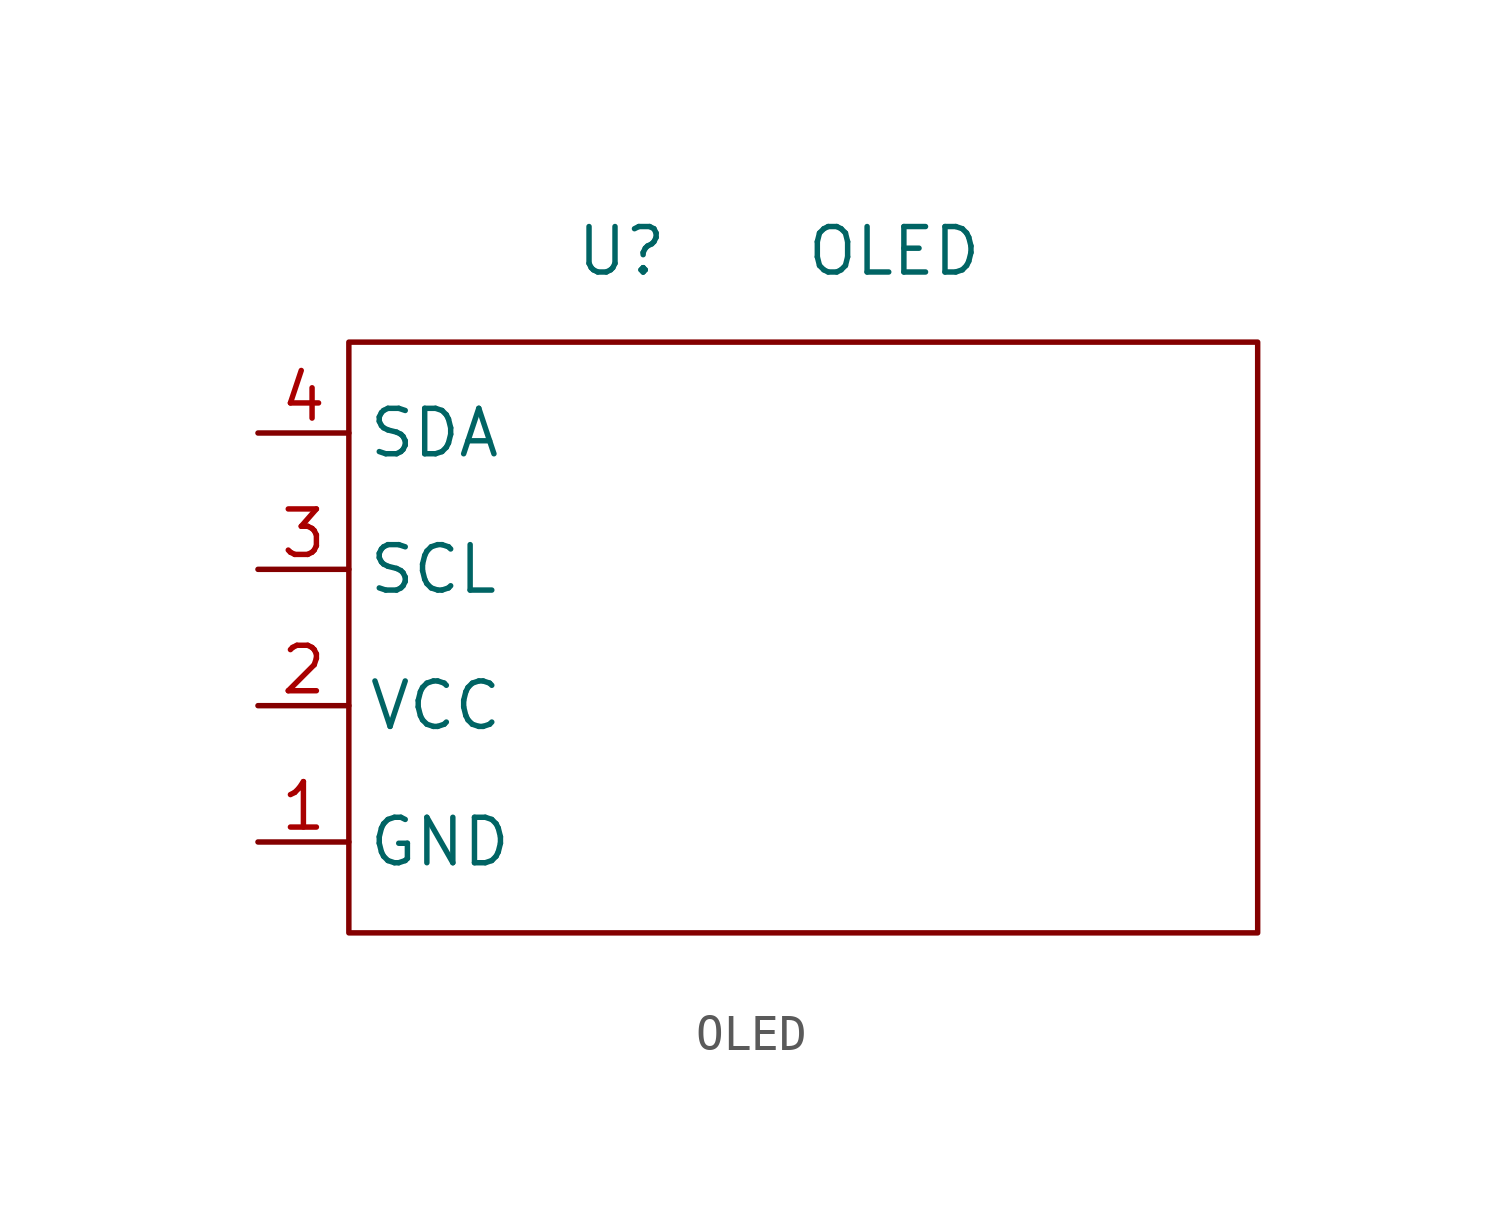
<source format=kicad_sym>
(kicad_symbol_lib
  (version 20211014)
  (generator kicad_symbol_editor)
  (symbol "OLED"
    (property "Reference" "U"
      (at 2.54 -3.81 0)
      (effects (font (size 1.27 1.27))))
    (property "Value" "OLED"
      (at 10.16 -3.81 0)
      (effects (font (size 1.27 1.27))))
    (symbol "OLED_0_1"
      (rectangle (start -5.08 -6.35) (end 20.32 -22.86) (stroke (width 0) (type default) (color 0 0 0 0)) (fill (type none))))
    (symbol "OLED_1_1"
      (pin unspecified line (at -7.62 -20.32 0) (length 2.54) (name "GND" (effects (font (size 1.27 1.27)))) (number "1" (effects (font (size 1.27 1.27)))))
      (pin input line (at -7.62 -16.51 0) (length 2.54) (name "VCC" (effects (font (size 1.27 1.27)))) (number "2" (effects (font (size 1.27 1.27)))))
      (pin input line (at -7.62 -12.7 0) (length 2.54) (name "SCL" (effects (font (size 1.27 1.27)))) (number "3" (effects (font (size 1.27 1.27)))))
      (pin input line (at -7.62 -8.89 0) (length 2.54) (name "SDA" (effects (font (size 1.27 1.27)))) (number "4" (effects (font (size 1.27 1.27))))))))
</source>
